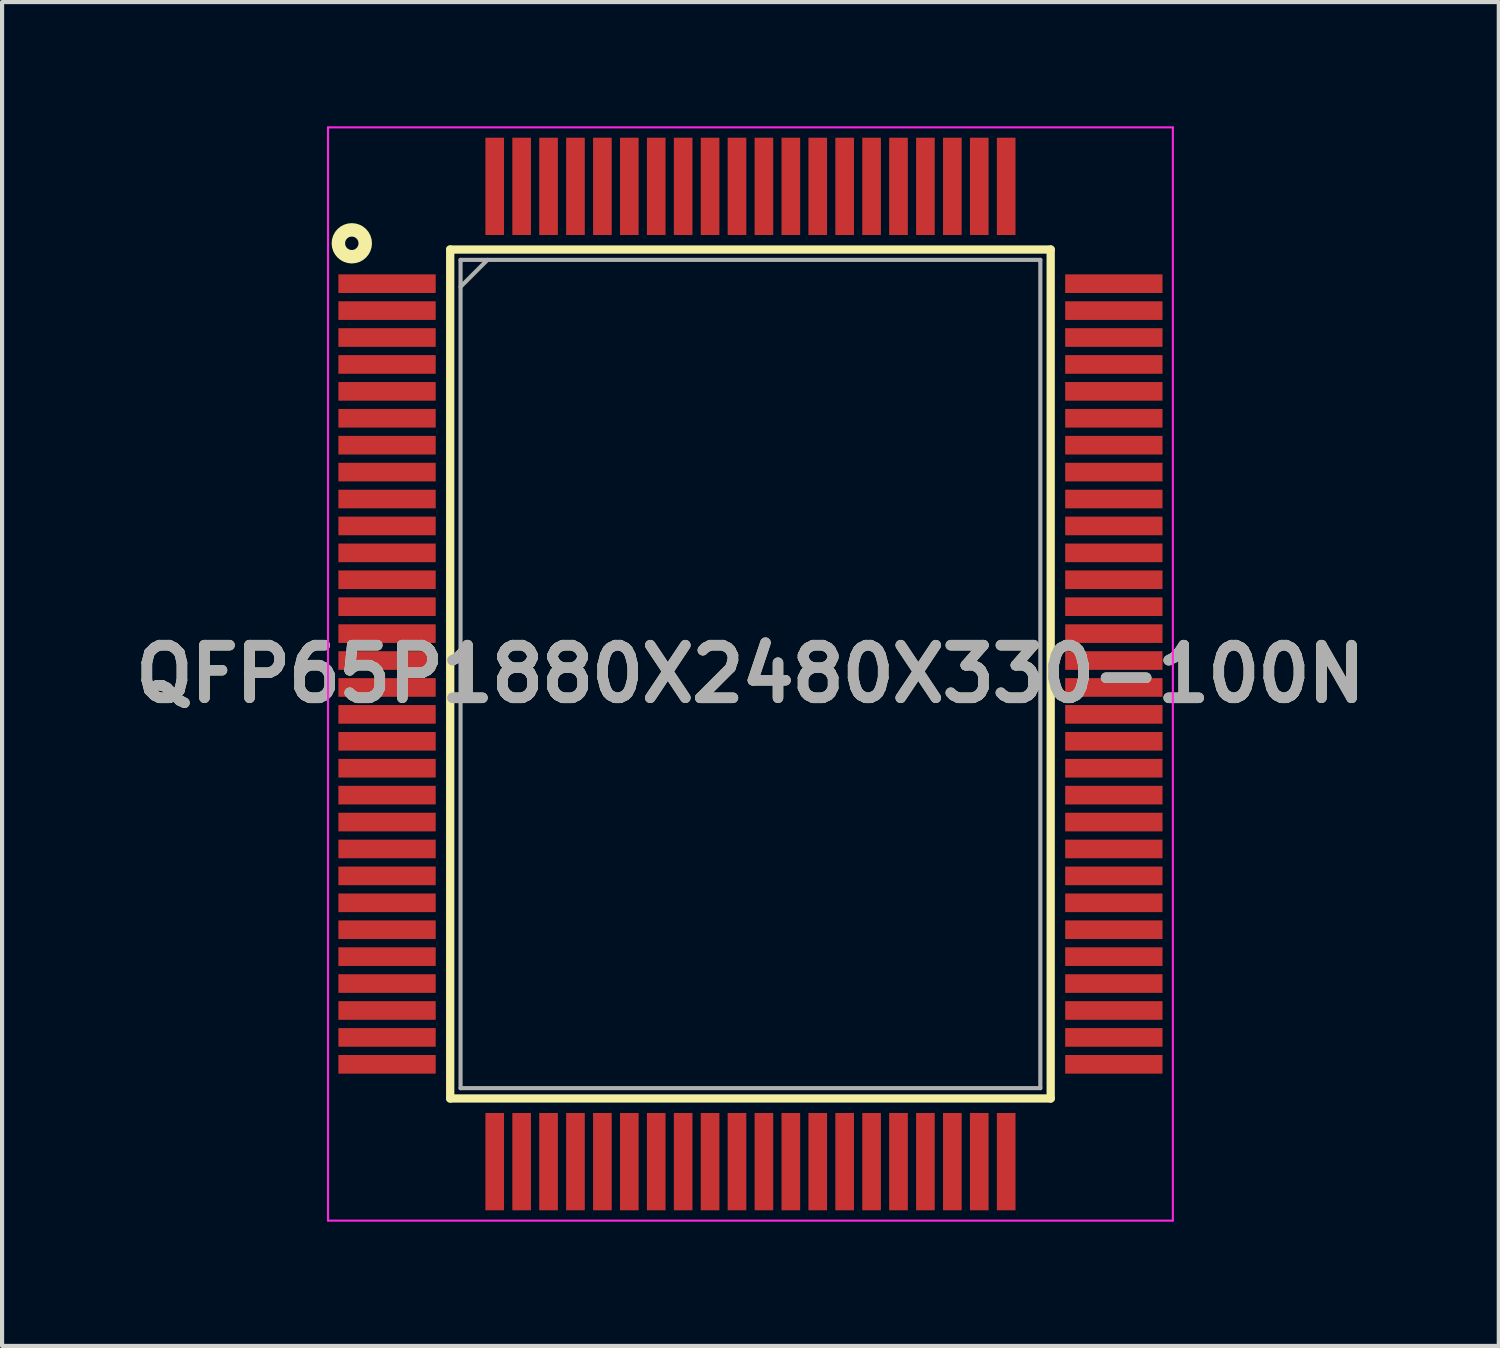
<source format=kicad_pcb>
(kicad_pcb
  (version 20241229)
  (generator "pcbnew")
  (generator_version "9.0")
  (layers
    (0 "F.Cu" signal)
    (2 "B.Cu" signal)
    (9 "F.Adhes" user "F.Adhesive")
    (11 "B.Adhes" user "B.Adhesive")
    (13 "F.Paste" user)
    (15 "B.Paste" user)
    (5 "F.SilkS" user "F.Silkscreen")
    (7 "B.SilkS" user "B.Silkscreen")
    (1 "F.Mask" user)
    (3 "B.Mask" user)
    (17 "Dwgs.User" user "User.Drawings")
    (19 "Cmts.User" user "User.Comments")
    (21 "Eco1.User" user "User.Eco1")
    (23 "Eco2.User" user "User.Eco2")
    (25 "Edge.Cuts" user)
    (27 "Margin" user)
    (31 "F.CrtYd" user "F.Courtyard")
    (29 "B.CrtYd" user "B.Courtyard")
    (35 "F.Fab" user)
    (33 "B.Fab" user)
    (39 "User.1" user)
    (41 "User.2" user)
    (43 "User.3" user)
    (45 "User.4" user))
  (footprint "QFP65P1880X2480X330-100N"
    (layer "F.Cu")
    (at 15.071 13.225)
    (property "Reference" "QFP65P1880X2480X330-100N" (at 0 0 0) (layer "F.SilkS") (effects (font (size 1.27 1.27) (thickness 0.254))))
    (attr smd)
    (fp_line (start -7.25 -10.25) (end 7.25 -10.25) (stroke (width 0.2) (type solid)) (layer "F.SilkS"))
    (fp_line (start -7.25 10.25) (end -7.25 -10.25) (stroke (width 0.2) (type solid)) (layer "F.SilkS"))
    (fp_line (start 7.25 -10.25) (end 7.25 10.25) (stroke (width 0.2) (type solid)) (layer "F.SilkS"))
    (fp_line (start 7.25 10.25) (end -7.25 10.25) (stroke (width 0.2) (type solid)) (layer "F.SilkS"))
    (fp_circle (center -9.626 -10.4) (end -9.626 -10.238) (stroke (width 0.325) (type solid)) (fill no) (layer "F.SilkS"))
    (fp_line (start -10.2 -13.2) (end 10.2 -13.2) (stroke (width 0.05) (type solid)) (layer "F.CrtYd"))
    (fp_line (start -10.2 13.2) (end -10.2 -13.2) (stroke (width 0.05) (type solid)) (layer "F.CrtYd"))
    (fp_line (start 10.2 -13.2) (end 10.2 13.2) (stroke (width 0.05) (type solid)) (layer "F.CrtYd"))
    (fp_line (start 10.2 13.2) (end -10.2 13.2) (stroke (width 0.05) (type solid)) (layer "F.CrtYd"))
    (fp_line (start -7 -10) (end 7 -10) (stroke (width 0.1) (type solid)) (layer "F.Fab"))
    (fp_line (start -7 -9.35) (end -6.35 -10) (stroke (width 0.1) (type solid)) (layer "F.Fab"))
    (fp_line (start -7 10) (end -7 -10) (stroke (width 0.1) (type solid)) (layer "F.Fab"))
    (fp_line (start 7 -10) (end 7 10) (stroke (width 0.1) (type solid)) (layer "F.Fab"))
    (fp_line (start 7 10) (end -7 10) (stroke (width 0.1) (type solid)) (layer "F.Fab"))
    (fp_text user "${REFERENCE}" (at 0 0 0) (layer "F.Fab") (effects (font (size 1.27 1.27) (thickness 0.254))))
    (pad "1" smd rect (at -8.775 -9.425 90) (size 0.45 2.35) (layers "F.Cu" "F.Mask" "F.Paste"))
    (pad "2" smd rect (at -8.775 -8.775 90) (size 0.45 2.35) (layers "F.Cu" "F.Mask" "F.Paste"))
    (pad "3" smd rect (at -8.775 -8.125 90) (size 0.45 2.35) (layers "F.Cu" "F.Mask" "F.Paste"))
    (pad "4" smd rect (at -8.775 -7.475 90) (size 0.45 2.35) (layers "F.Cu" "F.Mask" "F.Paste"))
    (pad "5" smd rect (at -8.775 -6.825 90) (size 0.45 2.35) (layers "F.Cu" "F.Mask" "F.Paste"))
    (pad "6" smd rect (at -8.775 -6.175 90) (size 0.45 2.35) (layers "F.Cu" "F.Mask" "F.Paste"))
    (pad "7" smd rect (at -8.775 -5.525 90) (size 0.45 2.35) (layers "F.Cu" "F.Mask" "F.Paste"))
    (pad "8" smd rect (at -8.775 -4.875 90) (size 0.45 2.35) (layers "F.Cu" "F.Mask" "F.Paste"))
    (pad "9" smd rect (at -8.775 -4.225 90) (size 0.45 2.35) (layers "F.Cu" "F.Mask" "F.Paste"))
    (pad "10" smd rect (at -8.775 -3.575 90) (size 0.45 2.35) (layers "F.Cu" "F.Mask" "F.Paste"))
    (pad "11" smd rect (at -8.775 -2.925 90) (size 0.45 2.35) (layers "F.Cu" "F.Mask" "F.Paste"))
    (pad "12" smd rect (at -8.775 -2.275 90) (size 0.45 2.35) (layers "F.Cu" "F.Mask" "F.Paste"))
    (pad "13" smd rect (at -8.775 -1.625 90) (size 0.45 2.35) (layers "F.Cu" "F.Mask" "F.Paste"))
    (pad "14" smd rect (at -8.775 -0.975 90) (size 0.45 2.35) (layers "F.Cu" "F.Mask" "F.Paste"))
    (pad "15" smd rect (at -8.775 -0.325 90) (size 0.45 2.35) (layers "F.Cu" "F.Mask" "F.Paste"))
    (pad "16" smd rect (at -8.775 0.325 90) (size 0.45 2.35) (layers "F.Cu" "F.Mask" "F.Paste"))
    (pad "17" smd rect (at -8.775 0.975 90) (size 0.45 2.35) (layers "F.Cu" "F.Mask" "F.Paste"))
    (pad "18" smd rect (at -8.775 1.625 90) (size 0.45 2.35) (layers "F.Cu" "F.Mask" "F.Paste"))
    (pad "19" smd rect (at -8.775 2.275 90) (size 0.45 2.35) (layers "F.Cu" "F.Mask" "F.Paste"))
    (pad "20" smd rect (at -8.775 2.925 90) (size 0.45 2.35) (layers "F.Cu" "F.Mask" "F.Paste"))
    (pad "21" smd rect (at -8.775 3.575 90) (size 0.45 2.35) (layers "F.Cu" "F.Mask" "F.Paste"))
    (pad "22" smd rect (at -8.775 4.225 90) (size 0.45 2.35) (layers "F.Cu" "F.Mask" "F.Paste"))
    (pad "23" smd rect (at -8.775 4.875 90) (size 0.45 2.35) (layers "F.Cu" "F.Mask" "F.Paste"))
    (pad "24" smd rect (at -8.775 5.525 90) (size 0.45 2.35) (layers "F.Cu" "F.Mask" "F.Paste"))
    (pad "25" smd rect (at -8.775 6.175 90) (size 0.45 2.35) (layers "F.Cu" "F.Mask" "F.Paste"))
    (pad "26" smd rect (at -8.775 6.825 90) (size 0.45 2.35) (layers "F.Cu" "F.Mask" "F.Paste"))
    (pad "27" smd rect (at -8.775 7.475 90) (size 0.45 2.35) (layers "F.Cu" "F.Mask" "F.Paste"))
    (pad "28" smd rect (at -8.775 8.125 90) (size 0.45 2.35) (layers "F.Cu" "F.Mask" "F.Paste"))
    (pad "29" smd rect (at -8.775 8.775 90) (size 0.45 2.35) (layers "F.Cu" "F.Mask" "F.Paste"))
    (pad "30" smd rect (at -8.775 9.425 90) (size 0.45 2.35) (layers "F.Cu" "F.Mask" "F.Paste"))
    (pad "31" smd rect (at -6.175 11.775) (size 0.45 2.35) (layers "F.Cu" "F.Mask" "F.Paste"))
    (pad "32" smd rect (at -5.525 11.775) (size 0.45 2.35) (layers "F.Cu" "F.Mask" "F.Paste"))
    (pad "33" smd rect (at -4.875 11.775) (size 0.45 2.35) (layers "F.Cu" "F.Mask" "F.Paste"))
    (pad "34" smd rect (at -4.225 11.775) (size 0.45 2.35) (layers "F.Cu" "F.Mask" "F.Paste"))
    (pad "35" smd rect (at -3.575 11.775) (size 0.45 2.35) (layers "F.Cu" "F.Mask" "F.Paste"))
    (pad "36" smd rect (at -2.925 11.775) (size 0.45 2.35) (layers "F.Cu" "F.Mask" "F.Paste"))
    (pad "37" smd rect (at -2.275 11.775) (size 0.45 2.35) (layers "F.Cu" "F.Mask" "F.Paste"))
    (pad "38" smd rect (at -1.625 11.775) (size 0.45 2.35) (layers "F.Cu" "F.Mask" "F.Paste"))
    (pad "39" smd rect (at -0.975 11.775) (size 0.45 2.35) (layers "F.Cu" "F.Mask" "F.Paste"))
    (pad "40" smd rect (at -0.325 11.775) (size 0.45 2.35) (layers "F.Cu" "F.Mask" "F.Paste"))
    (pad "41" smd rect (at 0.325 11.775) (size 0.45 2.35) (layers "F.Cu" "F.Mask" "F.Paste"))
    (pad "42" smd rect (at 0.975 11.775) (size 0.45 2.35) (layers "F.Cu" "F.Mask" "F.Paste"))
    (pad "43" smd rect (at 1.625 11.775) (size 0.45 2.35) (layers "F.Cu" "F.Mask" "F.Paste"))
    (pad "44" smd rect (at 2.275 11.775) (size 0.45 2.35) (layers "F.Cu" "F.Mask" "F.Paste"))
    (pad "45" smd rect (at 2.925 11.775) (size 0.45 2.35) (layers "F.Cu" "F.Mask" "F.Paste"))
    (pad "46" smd rect (at 3.575 11.775) (size 0.45 2.35) (layers "F.Cu" "F.Mask" "F.Paste"))
    (pad "47" smd rect (at 4.225 11.775) (size 0.45 2.35) (layers "F.Cu" "F.Mask" "F.Paste"))
    (pad "48" smd rect (at 4.875 11.775) (size 0.45 2.35) (layers "F.Cu" "F.Mask" "F.Paste"))
    (pad "49" smd rect (at 5.525 11.775) (size 0.45 2.35) (layers "F.Cu" "F.Mask" "F.Paste"))
    (pad "50" smd rect (at 6.175 11.775) (size 0.45 2.35) (layers "F.Cu" "F.Mask" "F.Paste"))
    (pad "51" smd rect (at 8.775 9.425 90) (size 0.45 2.35) (layers "F.Cu" "F.Mask" "F.Paste"))
    (pad "52" smd rect (at 8.775 8.775 90) (size 0.45 2.35) (layers "F.Cu" "F.Mask" "F.Paste"))
    (pad "53" smd rect (at 8.775 8.125 90) (size 0.45 2.35) (layers "F.Cu" "F.Mask" "F.Paste"))
    (pad "54" smd rect (at 8.775 7.475 90) (size 0.45 2.35) (layers "F.Cu" "F.Mask" "F.Paste"))
    (pad "55" smd rect (at 8.775 6.825 90) (size 0.45 2.35) (layers "F.Cu" "F.Mask" "F.Paste"))
    (pad "56" smd rect (at 8.775 6.175 90) (size 0.45 2.35) (layers "F.Cu" "F.Mask" "F.Paste"))
    (pad "57" smd rect (at 8.775 5.525 90) (size 0.45 2.35) (layers "F.Cu" "F.Mask" "F.Paste"))
    (pad "58" smd rect (at 8.775 4.875 90) (size 0.45 2.35) (layers "F.Cu" "F.Mask" "F.Paste"))
    (pad "59" smd rect (at 8.775 4.225 90) (size 0.45 2.35) (layers "F.Cu" "F.Mask" "F.Paste"))
    (pad "60" smd rect (at 8.775 3.575 90) (size 0.45 2.35) (layers "F.Cu" "F.Mask" "F.Paste"))
    (pad "61" smd rect (at 8.775 2.925 90) (size 0.45 2.35) (layers "F.Cu" "F.Mask" "F.Paste"))
    (pad "62" smd rect (at 8.775 2.275 90) (size 0.45 2.35) (layers "F.Cu" "F.Mask" "F.Paste"))
    (pad "63" smd rect (at 8.775 1.625 90) (size 0.45 2.35) (layers "F.Cu" "F.Mask" "F.Paste"))
    (pad "64" smd rect (at 8.775 0.975 90) (size 0.45 2.35) (layers "F.Cu" "F.Mask" "F.Paste"))
    (pad "65" smd rect (at 8.775 0.325 90) (size 0.45 2.35) (layers "F.Cu" "F.Mask" "F.Paste"))
    (pad "66" smd rect (at 8.775 -0.325 90) (size 0.45 2.35) (layers "F.Cu" "F.Mask" "F.Paste"))
    (pad "67" smd rect (at 8.775 -0.975 90) (size 0.45 2.35) (layers "F.Cu" "F.Mask" "F.Paste"))
    (pad "68" smd rect (at 8.775 -1.625 90) (size 0.45 2.35) (layers "F.Cu" "F.Mask" "F.Paste"))
    (pad "69" smd rect (at 8.775 -2.275 90) (size 0.45 2.35) (layers "F.Cu" "F.Mask" "F.Paste"))
    (pad "70" smd rect (at 8.775 -2.925 90) (size 0.45 2.35) (layers "F.Cu" "F.Mask" "F.Paste"))
    (pad "71" smd rect (at 8.775 -3.575 90) (size 0.45 2.35) (layers "F.Cu" "F.Mask" "F.Paste"))
    (pad "72" smd rect (at 8.775 -4.225 90) (size 0.45 2.35) (layers "F.Cu" "F.Mask" "F.Paste"))
    (pad "73" smd rect (at 8.775 -4.875 90) (size 0.45 2.35) (layers "F.Cu" "F.Mask" "F.Paste"))
    (pad "74" smd rect (at 8.775 -5.525 90) (size 0.45 2.35) (layers "F.Cu" "F.Mask" "F.Paste"))
    (pad "75" smd rect (at 8.775 -6.175 90) (size 0.45 2.35) (layers "F.Cu" "F.Mask" "F.Paste"))
    (pad "76" smd rect (at 8.775 -6.825 90) (size 0.45 2.35) (layers "F.Cu" "F.Mask" "F.Paste"))
    (pad "77" smd rect (at 8.775 -7.475 90) (size 0.45 2.35) (layers "F.Cu" "F.Mask" "F.Paste"))
    (pad "78" smd rect (at 8.775 -8.125 90) (size 0.45 2.35) (layers "F.Cu" "F.Mask" "F.Paste"))
    (pad "79" smd rect (at 8.775 -8.775 90) (size 0.45 2.35) (layers "F.Cu" "F.Mask" "F.Paste"))
    (pad "80" smd rect (at 8.775 -9.425 90) (size 0.45 2.35) (layers "F.Cu" "F.Mask" "F.Paste"))
    (pad "81" smd rect (at 6.175 -11.775) (size 0.45 2.35) (layers "F.Cu" "F.Mask" "F.Paste"))
    (pad "82" smd rect (at 5.525 -11.775) (size 0.45 2.35) (layers "F.Cu" "F.Mask" "F.Paste"))
    (pad "83" smd rect (at 4.875 -11.775) (size 0.45 2.35) (layers "F.Cu" "F.Mask" "F.Paste"))
    (pad "84" smd rect (at 4.225 -11.775) (size 0.45 2.35) (layers "F.Cu" "F.Mask" "F.Paste"))
    (pad "85" smd rect (at 3.575 -11.775) (size 0.45 2.35) (layers "F.Cu" "F.Mask" "F.Paste"))
    (pad "86" smd rect (at 2.925 -11.775) (size 0.45 2.35) (layers "F.Cu" "F.Mask" "F.Paste"))
    (pad "87" smd rect (at 2.275 -11.775) (size 0.45 2.35) (layers "F.Cu" "F.Mask" "F.Paste"))
    (pad "88" smd rect (at 1.625 -11.775) (size 0.45 2.35) (layers "F.Cu" "F.Mask" "F.Paste"))
    (pad "89" smd rect (at 0.975 -11.775) (size 0.45 2.35) (layers "F.Cu" "F.Mask" "F.Paste"))
    (pad "90" smd rect (at 0.325 -11.775) (size 0.45 2.35) (layers "F.Cu" "F.Mask" "F.Paste"))
    (pad "91" smd rect (at -0.325 -11.775) (size 0.45 2.35) (layers "F.Cu" "F.Mask" "F.Paste"))
    (pad "92" smd rect (at -0.975 -11.775) (size 0.45 2.35) (layers "F.Cu" "F.Mask" "F.Paste"))
    (pad "93" smd rect (at -1.625 -11.775) (size 0.45 2.35) (layers "F.Cu" "F.Mask" "F.Paste"))
    (pad "94" smd rect (at -2.275 -11.775) (size 0.45 2.35) (layers "F.Cu" "F.Mask" "F.Paste"))
    (pad "95" smd rect (at -2.925 -11.775) (size 0.45 2.35) (layers "F.Cu" "F.Mask" "F.Paste"))
    (pad "96" smd rect (at -3.575 -11.775) (size 0.45 2.35) (layers "F.Cu" "F.Mask" "F.Paste"))
    (pad "97" smd rect (at -4.225 -11.775) (size 0.45 2.35) (layers "F.Cu" "F.Mask" "F.Paste"))
    (pad "98" smd rect (at -4.875 -11.775) (size 0.45 2.35) (layers "F.Cu" "F.Mask" "F.Paste"))
    (pad "99" smd rect (at -5.525 -11.775) (size 0.45 2.35) (layers "F.Cu" "F.Mask" "F.Paste"))
    (pad "100" smd rect (at -6.175 -11.775) (size 0.45 2.35) (layers "F.Cu" "F.Mask" "F.Paste")))
  (gr_rect
    (start -3 -3)
    (end 33.141 29.45)
    (stroke (width 0.1) (type default))
    (fill no)
    (layer "Edge.Cuts")))
</source>
